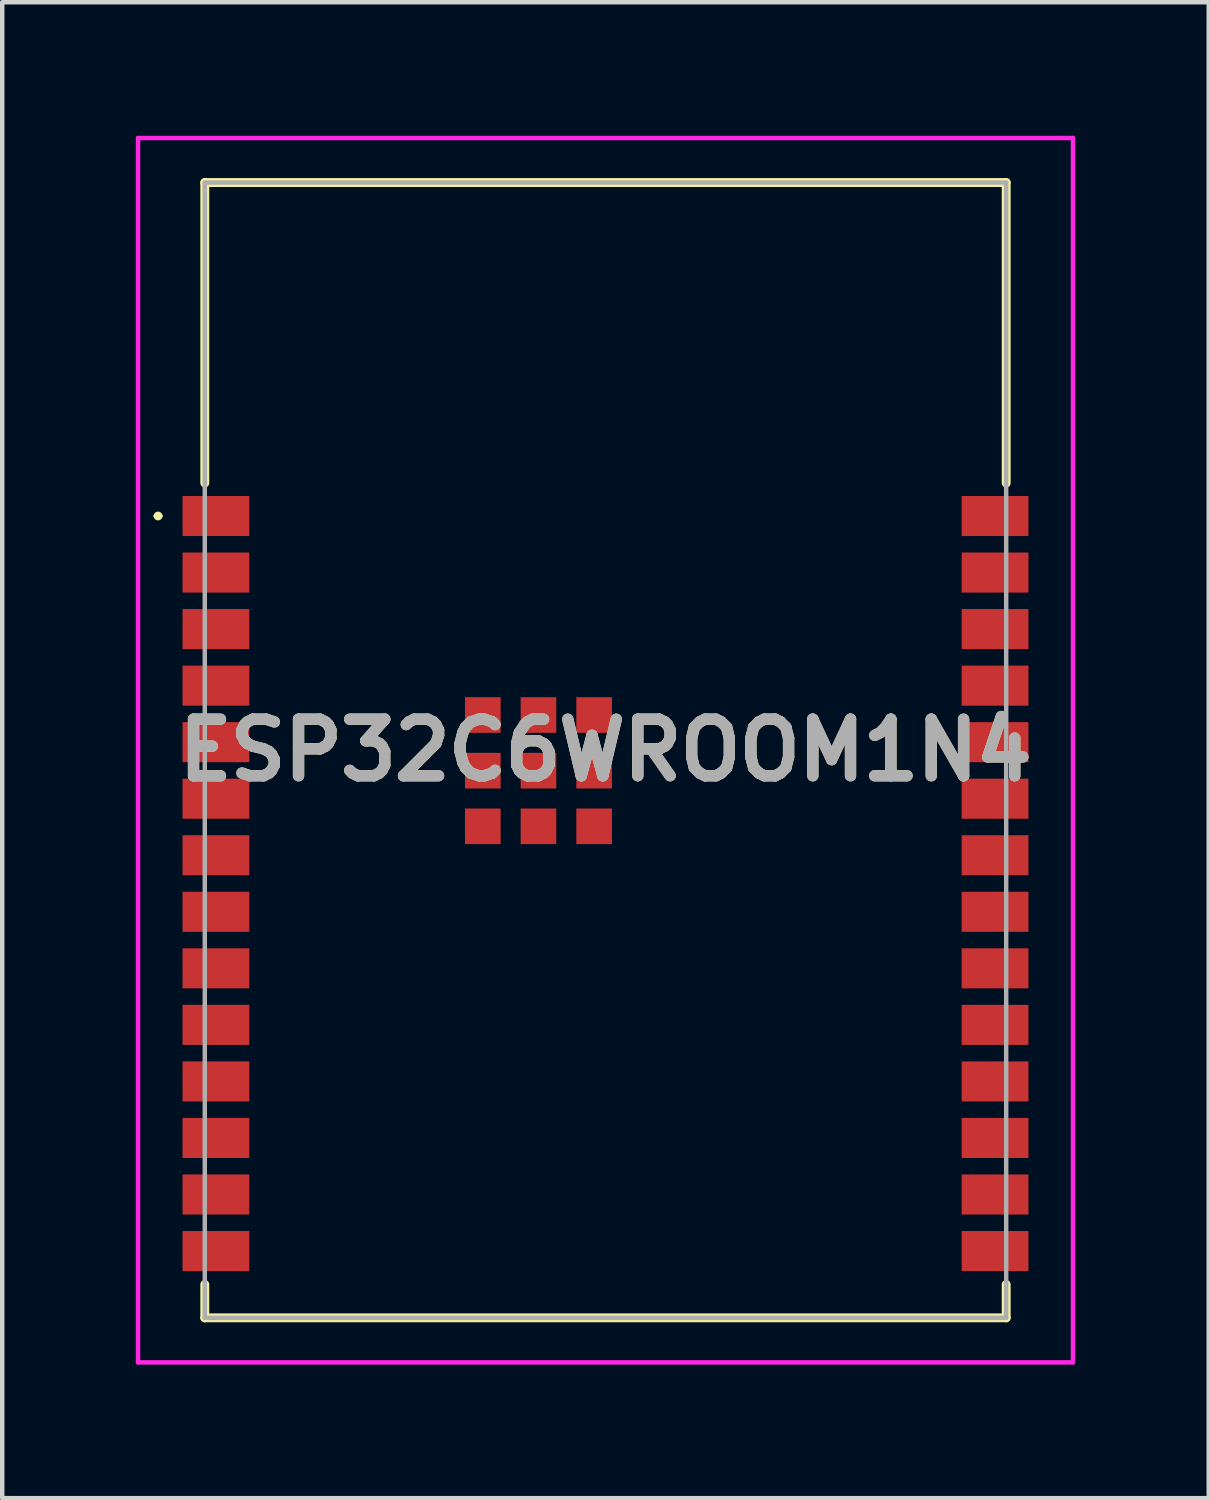
<source format=kicad_pcb>
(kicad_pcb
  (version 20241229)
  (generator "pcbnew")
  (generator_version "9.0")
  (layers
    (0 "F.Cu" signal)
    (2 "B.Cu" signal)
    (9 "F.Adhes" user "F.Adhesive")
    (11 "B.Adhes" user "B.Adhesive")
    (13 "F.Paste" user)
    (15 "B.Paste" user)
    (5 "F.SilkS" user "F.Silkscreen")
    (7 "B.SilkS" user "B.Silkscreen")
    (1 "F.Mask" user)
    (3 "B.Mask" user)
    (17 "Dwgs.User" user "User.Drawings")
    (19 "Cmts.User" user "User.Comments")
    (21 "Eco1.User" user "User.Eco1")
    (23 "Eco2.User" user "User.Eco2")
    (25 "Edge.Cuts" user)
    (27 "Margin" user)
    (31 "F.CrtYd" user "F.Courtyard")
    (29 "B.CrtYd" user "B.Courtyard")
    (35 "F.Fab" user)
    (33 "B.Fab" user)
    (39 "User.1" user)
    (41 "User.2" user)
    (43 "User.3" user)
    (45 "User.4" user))
  (footprint "ESP32C6WROOM1N4"
    (layer "F.Cu")
    (at 10.55 13.8)
    (property "Reference" "ESP32C6WROOM1N4" (at 0 0 0) (layer "F.SilkS") (effects (font (size 1.27 1.27) (thickness 0.254))))
    (attr smd)
    (fp_line (start -10.1 -5.26) (end -10.1 -5.26) (stroke (width 0.1) (type solid)) (layer "F.SilkS"))
    (fp_line (start -10 -5.26) (end -10 -5.26) (stroke (width 0.1) (type solid)) (layer "F.SilkS"))
    (fp_line (start -9 -12.75) (end 9 -12.75) (stroke (width 0.2) (type solid)) (layer "F.SilkS"))
    (fp_line (start -9 -6) (end -9 -12.75) (stroke (width 0.2) (type solid)) (layer "F.SilkS"))
    (fp_line (start -9 12) (end -9 12.75) (stroke (width 0.2) (type solid)) (layer "F.SilkS"))
    (fp_line (start -9 12.75) (end 9 12.75) (stroke (width 0.2) (type solid)) (layer "F.SilkS"))
    (fp_line (start 9 -12.75) (end 9 -6) (stroke (width 0.2) (type solid)) (layer "F.SilkS"))
    (fp_line (start 9 12.75) (end 9 12) (stroke (width 0.2) (type solid)) (layer "F.SilkS"))
    (fp_arc (start -10.1 -5.26) (mid -10.05 -5.31) (end -10 -5.26) (stroke (width 0.1) (type solid)) (layer "F.SilkS"))
    (fp_arc (start -10 -5.26) (mid -10.05 -5.21) (end -10.1 -5.26) (stroke (width 0.1) (type solid)) (layer "F.SilkS"))
    (fp_line (start -10.5 -13.75) (end 10.5 -13.75) (stroke (width 0.1) (type solid)) (layer "F.CrtYd"))
    (fp_line (start -10.5 13.75) (end -10.5 -13.75) (stroke (width 0.1) (type solid)) (layer "F.CrtYd"))
    (fp_line (start 10.5 -13.75) (end 10.5 13.75) (stroke (width 0.1) (type solid)) (layer "F.CrtYd"))
    (fp_line (start 10.5 13.75) (end -10.5 13.75) (stroke (width 0.1) (type solid)) (layer "F.CrtYd"))
    (fp_line (start -9 -12.75) (end 9 -12.75) (stroke (width 0.1) (type solid)) (layer "F.Fab"))
    (fp_line (start -9 12.75) (end -9 -12.75) (stroke (width 0.1) (type solid)) (layer "F.Fab"))
    (fp_line (start 9 -12.75) (end 9 12.75) (stroke (width 0.1) (type solid)) (layer "F.Fab"))
    (fp_line (start 9 12.75) (end -9 12.75) (stroke (width 0.1) (type solid)) (layer "F.Fab"))
    (fp_text user "${REFERENCE}" (at 0 0 0) (layer "F.Fab") (effects (font (size 1.27 1.27) (thickness 0.254))))
    (pad "1" smd rect (at -8.75 -5.26 90) (size 0.9 1.5) (layers "F.Cu" "F.Mask" "F.Paste"))
    (pad "2" smd rect (at -8.75 -3.99 90) (size 0.9 1.5) (layers "F.Cu" "F.Mask" "F.Paste"))
    (pad "3" smd rect (at -8.75 -2.72 90) (size 0.9 1.5) (layers "F.Cu" "F.Mask" "F.Paste"))
    (pad "4" smd rect (at -8.75 -1.45 90) (size 0.9 1.5) (layers "F.Cu" "F.Mask" "F.Paste"))
    (pad "5" smd rect (at -8.75 -0.18 90) (size 0.9 1.5) (layers "F.Cu" "F.Mask" "F.Paste"))
    (pad "6" smd rect (at -8.75 1.09 90) (size 0.9 1.5) (layers "F.Cu" "F.Mask" "F.Paste"))
    (pad "7" smd rect (at -8.75 2.36 90) (size 0.9 1.5) (layers "F.Cu" "F.Mask" "F.Paste"))
    (pad "8" smd rect (at -8.75 3.63 90) (size 0.9 1.5) (layers "F.Cu" "F.Mask" "F.Paste"))
    (pad "9" smd rect (at -8.75 4.9 90) (size 0.9 1.5) (layers "F.Cu" "F.Mask" "F.Paste"))
    (pad "10" smd rect (at -8.75 6.17 90) (size 0.9 1.5) (layers "F.Cu" "F.Mask" "F.Paste"))
    (pad "11" smd rect (at -8.75 7.44 90) (size 0.9 1.5) (layers "F.Cu" "F.Mask" "F.Paste"))
    (pad "12" smd rect (at -8.75 8.71 90) (size 0.9 1.5) (layers "F.Cu" "F.Mask" "F.Paste"))
    (pad "13" smd rect (at -8.75 9.98 90) (size 0.9 1.5) (layers "F.Cu" "F.Mask" "F.Paste"))
    (pad "14" smd rect (at -8.75 11.25 90) (size 0.9 1.5) (layers "F.Cu" "F.Mask" "F.Paste"))
    (pad "15" smd rect (at 8.75 11.25 90) (size 0.9 1.5) (layers "F.Cu" "F.Mask" "F.Paste"))
    (pad "16" smd rect (at 8.75 9.98 90) (size 0.9 1.5) (layers "F.Cu" "F.Mask" "F.Paste"))
    (pad "17" smd rect (at 8.75 8.71 90) (size 0.9 1.5) (layers "F.Cu" "F.Mask" "F.Paste"))
    (pad "18" smd rect (at 8.75 7.44 90) (size 0.9 1.5) (layers "F.Cu" "F.Mask" "F.Paste"))
    (pad "19" smd rect (at 8.75 6.17 90) (size 0.9 1.5) (layers "F.Cu" "F.Mask" "F.Paste"))
    (pad "20" smd rect (at 8.75 4.9 90) (size 0.9 1.5) (layers "F.Cu" "F.Mask" "F.Paste"))
    (pad "21" smd rect (at 8.75 3.63 90) (size 0.9 1.5) (layers "F.Cu" "F.Mask" "F.Paste"))
    (pad "22" smd rect (at 8.75 2.36 90) (size 0.9 1.5) (layers "F.Cu" "F.Mask" "F.Paste"))
    (pad "23" smd rect (at 8.75 1.09 90) (size 0.9 1.5) (layers "F.Cu" "F.Mask" "F.Paste"))
    (pad "24" smd rect (at 8.75 -0.18 90) (size 0.9 1.5) (layers "F.Cu" "F.Mask" "F.Paste"))
    (pad "25" smd rect (at 8.75 -1.45 90) (size 0.9 1.5) (layers "F.Cu" "F.Mask" "F.Paste"))
    (pad "26" smd rect (at 8.75 -2.72 90) (size 0.9 1.5) (layers "F.Cu" "F.Mask" "F.Paste"))
    (pad "27" smd rect (at 8.75 -3.99 90) (size 0.9 1.5) (layers "F.Cu" "F.Mask" "F.Paste"))
    (pad "28" smd rect (at 8.75 -5.26 90) (size 0.9 1.5) (layers "F.Cu" "F.Mask" "F.Paste"))
    (pad "29" smd rect (at -1.505 0.46 90) (size 0.8 0.8) (layers "F.Cu" "F.Mask" "F.Paste"))
    (pad "30" smd rect (at -1.505 -0.79 90) (size 0.8 0.8) (layers "F.Cu" "F.Mask" "F.Paste"))
    (pad "31" smd rect (at -2.755 -0.79 90) (size 0.8 0.8) (layers "F.Cu" "F.Mask" "F.Paste"))
    (pad "32" smd rect (at -2.755 0.46 90) (size 0.8 0.8) (layers "F.Cu" "F.Mask" "F.Paste"))
    (pad "33" smd rect (at -2.755 1.71 90) (size 0.8 0.8) (layers "F.Cu" "F.Mask" "F.Paste"))
    (pad "34" smd rect (at -1.505 1.71 90) (size 0.8 0.8) (layers "F.Cu" "F.Mask" "F.Paste"))
    (pad "35" smd rect (at -0.255 1.71 90) (size 0.8 0.8) (layers "F.Cu" "F.Mask" "F.Paste"))
    (pad "36" smd rect (at -0.255 0.46 90) (size 0.8 0.8) (layers "F.Cu" "F.Mask" "F.Paste"))
    (pad "37" smd rect (at -0.255 -0.79 90) (size 0.8 0.8) (layers "F.Cu" "F.Mask" "F.Paste")))
  (gr_rect
    (start -3 -3)
    (end 24.1 30.6)
    (stroke (width 0.1) (type default))
    (fill no)
    (layer "Edge.Cuts")))
</source>
